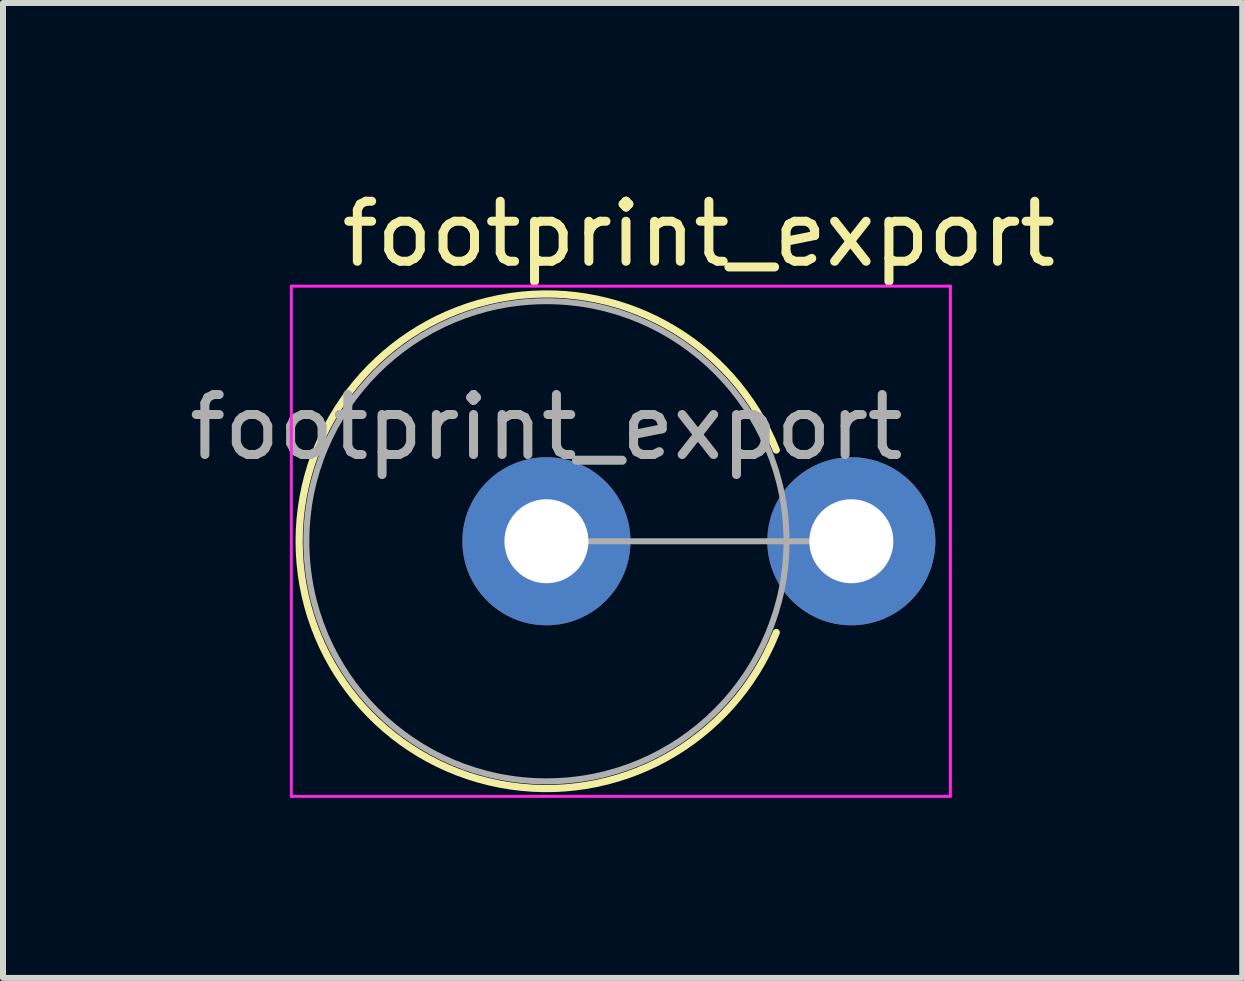
<source format=kicad_pcb>
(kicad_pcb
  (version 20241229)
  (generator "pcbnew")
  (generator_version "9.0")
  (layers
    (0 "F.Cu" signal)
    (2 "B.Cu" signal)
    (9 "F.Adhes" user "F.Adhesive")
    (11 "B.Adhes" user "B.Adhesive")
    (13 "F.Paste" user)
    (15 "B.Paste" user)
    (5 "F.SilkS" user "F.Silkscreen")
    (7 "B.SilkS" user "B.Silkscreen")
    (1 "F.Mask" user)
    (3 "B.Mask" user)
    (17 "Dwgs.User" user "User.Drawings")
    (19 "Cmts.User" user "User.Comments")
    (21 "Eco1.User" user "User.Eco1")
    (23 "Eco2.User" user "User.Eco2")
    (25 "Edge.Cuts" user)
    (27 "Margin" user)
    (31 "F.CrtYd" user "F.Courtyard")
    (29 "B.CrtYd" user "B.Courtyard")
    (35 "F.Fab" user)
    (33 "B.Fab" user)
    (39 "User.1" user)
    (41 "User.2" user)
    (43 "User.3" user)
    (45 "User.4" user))
  (footprint "footprint_export"
    (layer "F.Cu")
    (at 6.054 5.968)
    (property "Reference" "footprint_export" (at 2.54 -5.12 0) (layer "F.SilkS") (effects (font (size 1 1) (thickness 0.15))))
    (attr through_hole)
    (fp_arc (start 3.82936 1.52) (mid -4.12 0) (end 3.82936 -1.52) (stroke (width 0.12) (type solid)) (layer "F.SilkS"))
    (fp_line (start -4.25 -4.25) (end -4.25 4.25) (stroke (width 0.05) (type solid)) (layer "F.CrtYd"))
    (fp_line (start -4.25 4.25) (end 6.73 4.25) (stroke (width 0.05) (type solid)) (layer "F.CrtYd"))
    (fp_line (start 6.73 -4.25) (end -4.25 -4.25) (stroke (width 0.05) (type solid)) (layer "F.CrtYd"))
    (fp_line (start 6.73 4.25) (end 6.73 -4.25) (stroke (width 0.05) (type solid)) (layer "F.CrtYd"))
    (fp_line (start 0 0) (end 5.08 0) (stroke (width 0.1) (type solid)) (layer "F.Fab"))
    (fp_circle (center 0 0) (end 4 0) (stroke (width 0.1) (type solid)) (fill no) (layer "F.Fab"))
    (fp_text user "${REFERENCE}" (at 0 -1.9 0) (layer "F.Fab") (effects (font (size 1 1) (thickness 0.15))))
    (pad "1" thru_hole circle (at 0 0) (size 2.8 2.8) (drill 1.4) (layers "*.Cu" "*.Mask"))
    (pad "2" thru_hole oval (at 5.08 0) (size 2.8 2.8) (drill 1.4) (layers "*.Cu" "*.Mask")))
  (gr_rect
    (start -3 -3)
    (end 17.647 13.243)
    (stroke (width 0.1) (type default))
    (fill no)
    (layer "Edge.Cuts")))
</source>
